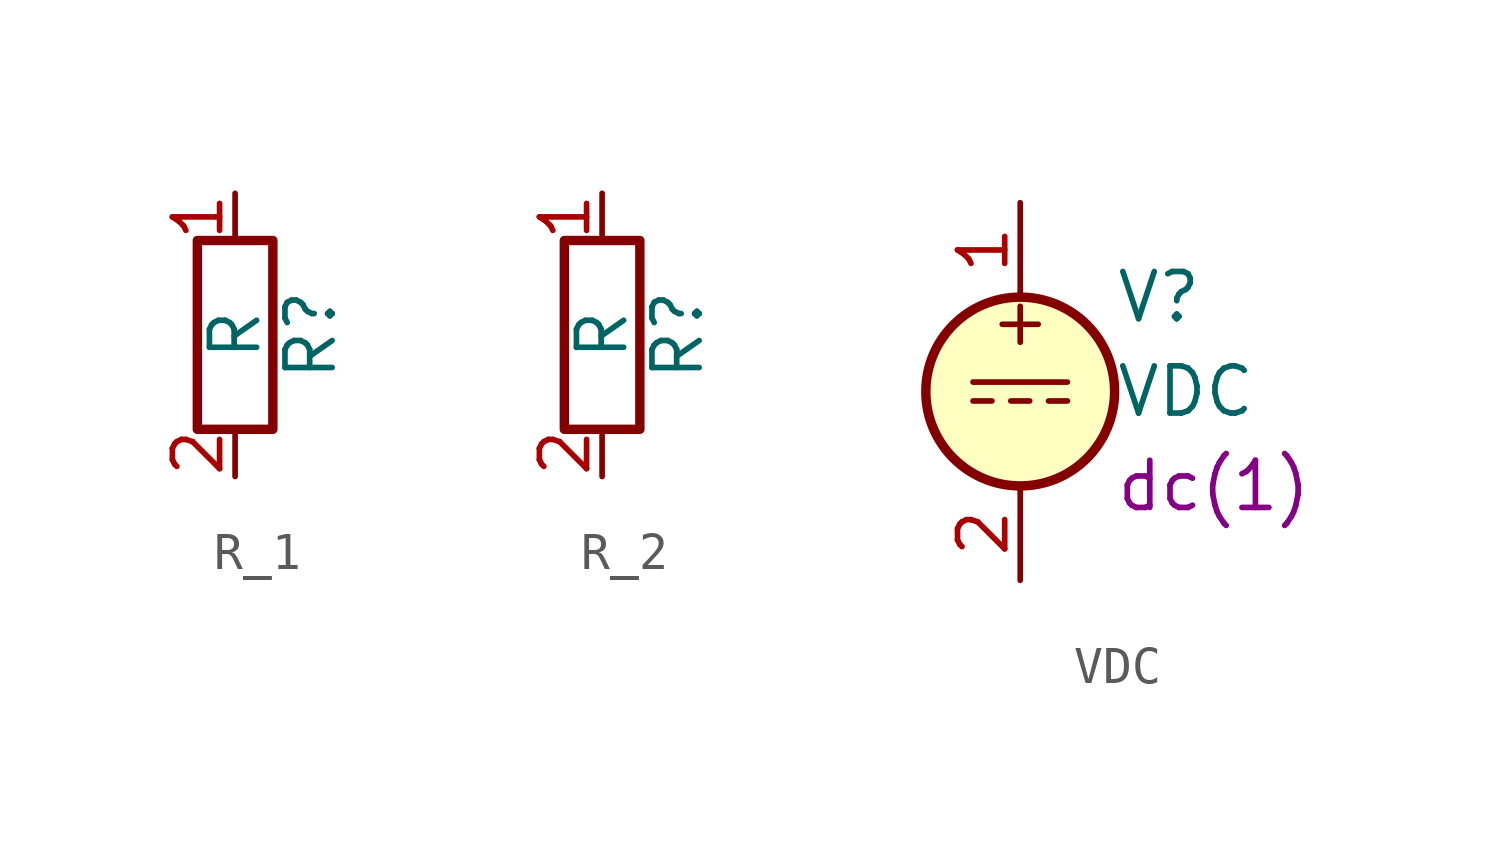
<source format=kicad_sym>
(kicad_symbol_lib
  (version 20231120)
  (generator "kicad_symbol_editor")
  (generator_version "8.0")
  (symbol "R_1"
    (pin_names
      (offset 0) hide)
    (property "Reference" "R"
      (at 2.032 0 90)
      (effects (font (size 1.27 1.27))))
    (property "Value" "R"
      (at 0 0 90)
      (effects (font (size 1.27 1.27))))
    (symbol "R_1_0_1"
      (rectangle (start -1.016 -2.54) (end 1.016 2.54) (stroke (width 0.254) (type default)) (fill (type none))))
    (symbol "R_1_1_1"
      (pin passive line (at 0 3.81 270) (length 1.27) (name "~" (effects (font (size 1.27 1.27)))) (number "1" (effects (font (size 1.27 1.27)))))
      (pin passive line (at 0 -3.81 90) (length 1.27) (name "~" (effects (font (size 1.27 1.27)))) (number "2" (effects (font (size 1.27 1.27)))))))
  (symbol "R_2"
    (pin_names
      (offset 0) hide)
    (property "Reference" "R"
      (at 2.032 0 90)
      (effects (font (size 1.27 1.27))))
    (property "Value" "R"
      (at 0 0 90)
      (effects (font (size 1.27 1.27))))
    (symbol "R_2_0_1"
      (rectangle (start -1.016 -2.54) (end 1.016 2.54) (stroke (width 0.254) (type default)) (fill (type none))))
    (symbol "R_2_1_1"
      (pin passive line (at 0 3.81 270) (length 1.27) (name "~" (effects (font (size 1.27 1.27)))) (number "1" (effects (font (size 1.27 1.27)))))
      (pin passive line (at 0 -3.81 90) (length 1.27) (name "~" (effects (font (size 1.27 1.27)))) (number "2" (effects (font (size 1.27 1.27)))))))
  (symbol "VDC"
    (pin_names
      (offset 0.025) hide)
    (property "Reference" "V"
      (at 2.54 2.54 0)
      (effects (font (size 1.27 1.27)) (justify left)))
    (property "Value" "VDC"
      (at 2.54 0 0)
      (effects (font (size 1.27 1.27)) (justify left)))
    (property "Spice_Model" "dc(1)"
      (at 2.54 -2.54 0)
      (effects (font (size 1.27 1.27)) (justify left)))
    (symbol "VDC_0_0"
      (polyline (pts (xy -1.27 0.254) (xy 1.27 0.254)) (stroke (width 0) (type default)) (fill (type none)))
      (polyline (pts (xy -0.762 -0.254) (xy -1.27 -0.254)) (stroke (width 0) (type default)) (fill (type none)))
      (polyline (pts (xy 0.254 -0.254) (xy -0.254 -0.254)) (stroke (width 0) (type default)) (fill (type none)))
      (polyline (pts (xy 1.27 -0.254) (xy 0.762 -0.254)) (stroke (width 0) (type default)) (fill (type none)))
      (text "+" (at 0 1.905 0) (effects (font (size 1.27 1.27)))))
    (symbol "VDC_0_1"
      (circle (center 0 0) (radius 2.54) (stroke (width 0.254) (type default)) (fill (type background))))
    (symbol "VDC_1_1"
      (pin passive line (at 0 5.08 270) (length 2.54) (name "~" (effects (font (size 1.27 1.27)))) (number "1" (effects (font (size 1.27 1.27)))))
      (pin passive line (at 0 -5.08 90) (length 2.54) (name "~" (effects (font (size 1.27 1.27)))) (number "2" (effects (font (size 1.27 1.27))))))))
</source>
